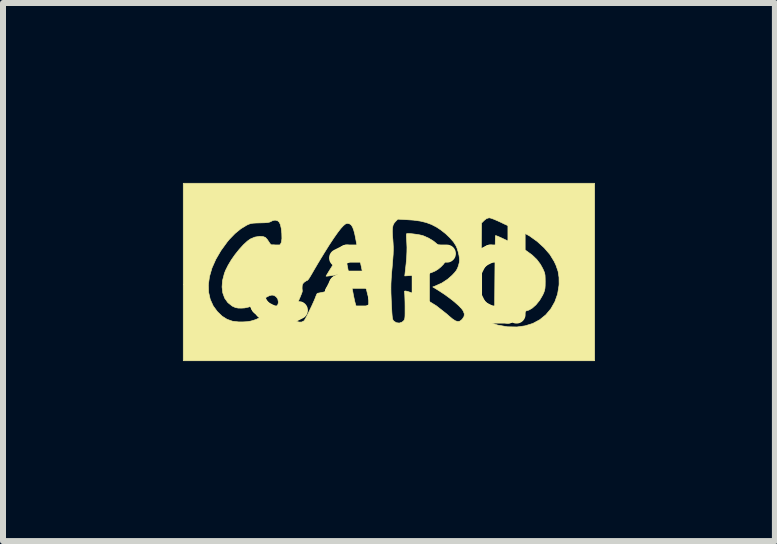
<source format=kicad_pcb>
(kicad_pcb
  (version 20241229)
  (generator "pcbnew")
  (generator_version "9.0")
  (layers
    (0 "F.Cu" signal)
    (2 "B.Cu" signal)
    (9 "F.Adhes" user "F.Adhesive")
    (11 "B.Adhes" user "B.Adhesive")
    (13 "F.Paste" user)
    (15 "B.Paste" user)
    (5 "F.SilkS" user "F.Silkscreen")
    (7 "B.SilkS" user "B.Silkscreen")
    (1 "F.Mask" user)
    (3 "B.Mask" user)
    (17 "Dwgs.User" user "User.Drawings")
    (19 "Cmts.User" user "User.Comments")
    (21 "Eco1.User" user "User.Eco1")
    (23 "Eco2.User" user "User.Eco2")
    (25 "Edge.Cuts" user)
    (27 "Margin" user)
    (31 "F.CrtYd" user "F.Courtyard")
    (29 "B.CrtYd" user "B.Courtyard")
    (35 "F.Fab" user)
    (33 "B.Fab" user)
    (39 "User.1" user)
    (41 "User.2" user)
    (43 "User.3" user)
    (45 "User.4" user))
  (footprint "card"
    (layer "F.Cu")
    (at 3.421 1.505)
    (property "Reference" "card" (at 0 0 0) (layer "F.SilkS") (effects (font (size 1.524 1.524) (thickness 0.3))))
    (attr through_hole)
    (fp_poly (pts (xy -0.736 -0.385) (xy -0.726 -0.344) (xy -0.715 -0.291) (xy -0.702 -0.23) (xy -0.69 -0.168) (xy -0.678 -0.11) (xy -0.669 -0.062) (xy -0.663 -0.029) (xy -0.662 -0.017) (xy -0.678 -0.011) (xy -0.713 -0.003) (xy -0.761 0.008) (xy -0.819 0.018) (xy -0.878 0.029) (xy -0.936 0.038) (xy -0.984 0.045) (xy -1.019 0.049) (xy -1.035 0.049) (xy -1.035 0.048) (xy -0.997 -0.016) (xy -0.954 -0.085) (xy -0.91 -0.156) (xy -0.867 -0.224) (xy -0.827 -0.286) (xy -0.792 -0.339) (xy -0.764 -0.379) (xy -0.747 -0.403) (xy -0.741 -0.408) (xy -0.736 -0.385)) (stroke (width 0.01) (type solid)) (fill yes) (layer "F.SilkS"))
    (fp_poly (pts (xy 0.362 -0.661) (xy 0.412 -0.656) (xy 0.467 -0.649) (xy 0.522 -0.64) (xy 0.568 -0.63) (xy 0.589 -0.623) (xy 0.677 -0.584) (xy 0.758 -0.534) (xy 0.829 -0.475) (xy 0.888 -0.412) (xy 0.931 -0.347) (xy 0.955 -0.283) (xy 0.959 -0.224) (xy 0.953 -0.198) (xy 0.927 -0.155) (xy 0.883 -0.109) (xy 0.83 -0.065) (xy 0.78 -0.035) (xy 0.719 -0.009) (xy 0.649 0.01) (xy 0.565 0.024) (xy 0.461 0.034) (xy 0.424 0.036) (xy 0.277 0.045) (xy 0.286 -0.035) (xy 0.3 -0.162) (xy 0.309 -0.268) (xy 0.313 -0.357) (xy 0.314 -0.433) (xy 0.311 -0.501) (xy 0.31 -0.522) (xy 0.306 -0.578) (xy 0.304 -0.623) (xy 0.305 -0.652) (xy 0.307 -0.658) (xy 0.325 -0.662) (xy 0.362 -0.661)) (stroke (width 0.01) (type solid)) (fill yes) (layer "F.SilkS"))
    (fp_poly (pts (xy 1.803 -0.625) (xy 1.837 -0.612) (xy 1.886 -0.59) (xy 1.946 -0.562) (xy 2.013 -0.53) (xy 2.083 -0.495) (xy 2.151 -0.46) (xy 2.214 -0.426) (xy 2.267 -0.396) (xy 2.306 -0.372) (xy 2.307 -0.372) (xy 2.403 -0.301) (xy 2.478 -0.229) (xy 2.538 -0.149) (xy 2.576 -0.081) (xy 2.596 -0.038) (xy 2.609 -0.003) (xy 2.616 0.034) (xy 2.618 0.081) (xy 2.619 0.14) (xy 2.618 0.205) (xy 2.615 0.251) (xy 2.607 0.289) (xy 2.594 0.327) (xy 2.576 0.365) (xy 2.526 0.451) (xy 2.465 0.526) (xy 2.398 0.585) (xy 2.345 0.615) (xy 2.256 0.643) (xy 2.153 0.661) (xy 2.045 0.667) (xy 1.944 0.66) (xy 1.918 0.655) (xy 1.87 0.642) (xy 1.825 0.624) (xy 1.817 0.619) (xy 1.775 0.595) (xy 1.78 -0.014) (xy 1.781 -0.139) (xy 1.782 -0.256) (xy 1.783 -0.361) (xy 1.785 -0.453) (xy 1.786 -0.528) (xy 1.787 -0.584) (xy 1.788 -0.618) (xy 1.789 -0.627) (xy 1.803 -0.625)) (stroke (width 0.01) (type solid)) (fill yes) (layer "F.SilkS"))
    (fp_poly (pts (xy 3.443 1.46) (xy -3.416 1.46) (xy -3.416 0.189) (xy -2.997 0.189) (xy -2.993 0.317) (xy -2.966 0.436) (xy -2.916 0.546) (xy -2.847 0.64) (xy -2.768 0.716) (xy -2.686 0.768) (xy -2.595 0.8) (xy -2.491 0.812) (xy -2.425 0.812) (xy -2.35 0.808) (xy -2.29 0.798) (xy -2.232 0.781) (xy -2.196 0.768) (xy -2.112 0.727) (xy -1.584 0.727) (xy -1.584 0.733) (xy -1.566 0.771) (xy -1.531 0.799) (xy -1.487 0.814) (xy -1.442 0.814) (xy -1.405 0.795) (xy -1.4 0.791) (xy -1.386 0.769) (xy -1.364 0.729) (xy -1.336 0.674) (xy -1.306 0.612) (xy -1.274 0.546) (xy -1.245 0.482) (xy -1.221 0.427) (xy -1.205 0.385) (xy -1.192 0.353) (xy -1.181 0.336) (xy -1.178 0.335) (xy -1.164 0.332) (xy -1.128 0.325) (xy -1.075 0.314) (xy -1.01 0.301) (xy -0.938 0.286) (xy -0.862 0.27) (xy -0.789 0.254) (xy -0.723 0.24) (xy -0.667 0.228) (xy -0.635 0.221) (xy -0.621 0.22) (xy -0.611 0.227) (xy -0.603 0.247) (xy -0.594 0.283) (xy -0.583 0.342) (xy -0.583 0.345) (xy -0.558 0.465) (xy -0.529 0.572) (xy -0.497 0.662) (xy -0.463 0.733) (xy -0.429 0.782) (xy -0.413 0.796) (xy -0.367 0.814) (xy -0.32 0.811) (xy -0.279 0.789) (xy -0.25 0.753) (xy -0.241 0.711) (xy -0.246 0.681) (xy -0.258 0.634) (xy -0.276 0.578) (xy -0.287 0.546) (xy -0.302 0.5) (xy -0.321 0.432) (xy -0.344 0.345) (xy -0.367 0.249) (xy 0.046 0.249) (xy 0.047 0.332) (xy 0.051 0.43) (xy 0.053 0.478) (xy 0.058 0.574) (xy 0.062 0.647) (xy 0.066 0.7) (xy 0.07 0.738) (xy 0.075 0.764) (xy 0.082 0.781) (xy 0.091 0.794) (xy 0.096 0.799) (xy 0.137 0.825) (xy 0.186 0.831) (xy 0.232 0.815) (xy 0.253 0.798) (xy 0.265 0.785) (xy 0.273 0.77) (xy 0.278 0.749) (xy 0.281 0.717) (xy 0.282 0.67) (xy 0.282 0.604) (xy 0.282 0.551) (xy 0.281 0.476) (xy 0.279 0.41) (xy 0.277 0.358) (xy 0.274 0.324) (xy 0.273 0.315) (xy 0.272 0.3) (xy 0.287 0.296) (xy 0.319 0.302) (xy 0.371 0.319) (xy 0.434 0.343) (xy 0.623 0.432) (xy 0.803 0.543) (xy 0.976 0.679) (xy 1.012 0.711) (xy 1.074 0.763) (xy 1.122 0.794) (xy 1.162 0.806) (xy 1.196 0.799) (xy 1.228 0.774) (xy 1.238 0.763) (xy 1.266 0.719) (xy 1.27 0.678) (xy 1.253 0.631) (xy 1.224 0.59) (xy 1.175 0.539) (xy 1.11 0.482) (xy 1.106 0.478) (xy 1.546 0.478) (xy 1.546 0.56) (xy 1.548 0.625) (xy 1.552 0.676) (xy 1.558 0.714) (xy 1.566 0.743) (xy 1.576 0.763) (xy 1.589 0.777) (xy 1.605 0.787) (xy 1.625 0.796) (xy 1.648 0.804) (xy 1.67 0.813) (xy 1.828 0.865) (xy 1.989 0.893) (xy 2.148 0.896) (xy 2.284 0.877) (xy 2.413 0.837) (xy 2.528 0.775) (xy 2.629 0.693) (xy 2.713 0.593) (xy 2.779 0.477) (xy 2.825 0.348) (xy 2.848 0.207) (xy 2.85 0.181) (xy 2.849 0.07) (xy 2.833 -0.032) (xy 2.798 -0.133) (xy 2.768 -0.197) (xy 2.696 -0.314) (xy 2.6 -0.425) (xy 2.486 -0.529) (xy 2.358 -0.621) (xy 2.218 -0.698) (xy 2.13 -0.736) (xy 2.077 -0.758) (xy 2.009 -0.788) (xy 1.935 -0.821) (xy 1.876 -0.85) (xy 1.814 -0.878) (xy 1.757 -0.902) (xy 1.712 -0.918) (xy 1.684 -0.924) (xy 1.683 -0.924) (xy 1.64 -0.911) (xy 1.602 -0.881) (xy 1.558 -0.837) (xy 1.55 -0.054) (xy 1.549 0.114) (xy 1.547 0.258) (xy 1.546 0.378) (xy 1.546 0.478) (xy 1.106 0.478) (xy 1.032 0.42) (xy 0.945 0.356) (xy 0.852 0.295) (xy 0.791 0.257) (xy 0.744 0.229) (xy 0.781 0.215) (xy 0.895 0.164) (xy 0.991 0.101) (xy 1.061 0.04) (xy 1.107 -0.008) (xy 1.137 -0.046) (xy 1.157 -0.083) (xy 1.172 -0.125) (xy 1.173 -0.128) (xy 1.186 -0.178) (xy 1.19 -0.22) (xy 1.186 -0.267) (xy 1.181 -0.299) (xy 1.167 -0.359) (xy 1.147 -0.421) (xy 1.13 -0.459) (xy 1.09 -0.522) (xy 1.031 -0.589) (xy 0.959 -0.658) (xy 0.879 -0.721) (xy 0.81 -0.767) (xy 0.724 -0.812) (xy 0.635 -0.845) (xy 0.536 -0.869) (xy 0.421 -0.885) (xy 0.331 -0.891) (xy 0.162 -0.901) (xy 0.122 -0.861) (xy 0.098 -0.832) (xy 0.082 -0.799) (xy 0.073 -0.756) (xy 0.07 -0.699) (xy 0.073 -0.623) (xy 0.079 -0.558) (xy 0.083 -0.497) (xy 0.086 -0.44) (xy 0.086 -0.382) (xy 0.084 -0.318) (xy 0.078 -0.24) (xy 0.07 -0.144) (xy 0.067 -0.102) (xy 0.057 0.005) (xy 0.051 0.093) (xy 0.047 0.172) (xy 0.046 0.249) (xy -0.367 0.249) (xy -0.369 0.242) (xy -0.395 0.127) (xy -0.423 0.005) (xy -0.45 -0.122) (xy -0.477 -0.25) (xy -0.503 -0.375) (xy -0.526 -0.494) (xy -0.536 -0.549) (xy -0.555 -0.646) (xy -0.574 -0.719) (xy -0.594 -0.771) (xy -0.617 -0.805) (xy -0.645 -0.824) (xy -0.678 -0.83) (xy -0.684 -0.831) (xy -0.711 -0.821) (xy -0.746 -0.793) (xy -0.79 -0.745) (xy -0.843 -0.676) (xy -0.907 -0.585) (xy -0.981 -0.473) (xy -1.066 -0.337) (xy -1.08 -0.314) (xy -1.127 -0.237) (xy -1.174 -0.159) (xy -1.217 -0.086) (xy -1.253 -0.024) (xy -1.273 0.011) (xy -1.301 0.058) (xy -1.325 0.096) (xy -1.343 0.117) (xy -1.349 0.12) (xy -1.369 0.129) (xy -1.397 0.149) (xy -1.401 0.151) (xy -1.422 0.175) (xy -1.433 0.206) (xy -1.435 0.25) (xy -1.431 0.298) (xy -1.435 0.317) (xy -1.449 0.354) (xy -1.469 0.403) (xy -1.486 0.442) (xy -1.531 0.545) (xy -1.562 0.626) (xy -1.58 0.686) (xy -1.584 0.727) (xy -2.112 0.727) (xy -2.057 0.7) (xy -1.927 0.611) (xy -1.887 0.578) (xy -1.854 0.545) (xy -1.837 0.519) (xy -1.831 0.49) (xy -1.831 0.475) (xy -1.84 0.429) (xy -1.866 0.394) (xy -1.868 0.392) (xy -1.902 0.37) (xy -1.937 0.364) (xy -1.979 0.374) (xy -2.032 0.401) (xy -2.077 0.43) (xy -2.171 0.492) (xy -2.253 0.536) (xy -2.325 0.564) (xy -2.393 0.579) (xy -2.445 0.582) (xy -2.501 0.581) (xy -2.543 0.573) (xy -2.581 0.557) (xy -2.602 0.546) (xy -2.673 0.489) (xy -2.725 0.416) (xy -2.757 0.328) (xy -2.769 0.23) (xy -2.761 0.122) (xy -2.731 0.007) (xy -2.712 -0.044) (xy -2.669 -0.13) (xy -2.615 -0.221) (xy -2.551 -0.312) (xy -2.482 -0.398) (xy -2.413 -0.474) (xy -2.347 -0.535) (xy -2.298 -0.57) (xy -2.223 -0.602) (xy -2.142 -0.615) (xy -2.085 -0.611) (xy -2.046 -0.596) (xy -2.016 -0.564) (xy -2.008 -0.552) (xy -1.97 -0.495) (xy -1.937 -0.46) (xy -1.904 -0.444) (xy -1.886 -0.442) (xy -1.836 -0.45) (xy -1.801 -0.473) (xy -1.78 -0.515) (xy -1.771 -0.578) (xy -1.773 -0.662) (xy -1.782 -0.747) (xy -1.796 -0.809) (xy -1.815 -0.85) (xy -1.842 -0.874) (xy -1.878 -0.884) (xy -1.892 -0.884) (xy -1.927 -0.876) (xy -1.954 -0.862) (xy -1.976 -0.852) (xy -2.01 -0.845) (xy -2.06 -0.841) (xy -2.132 -0.839) (xy -2.135 -0.839) (xy -2.203 -0.837) (xy -2.253 -0.834) (xy -2.29 -0.828) (xy -2.323 -0.817) (xy -2.358 -0.801) (xy -2.455 -0.742) (xy -2.553 -0.662) (xy -2.647 -0.565) (xy -2.681 -0.524) (xy -2.788 -0.377) (xy -2.873 -0.231) (xy -2.937 -0.087) (xy -2.978 0.054) (xy -2.997 0.189) (xy -3.416 0.189) (xy -3.416 -1.5) (xy 3.443 -1.5) (xy 3.443 1.46)) (stroke (width 0.01) (type solid)) (fill yes) (layer "F.SilkS")))
  (gr_rect
    (start -3 -3)
    (end 9.869 5.971)
    (stroke (width 0.1) (type default))
    (fill no)
    (layer "Edge.Cuts")))
</source>
